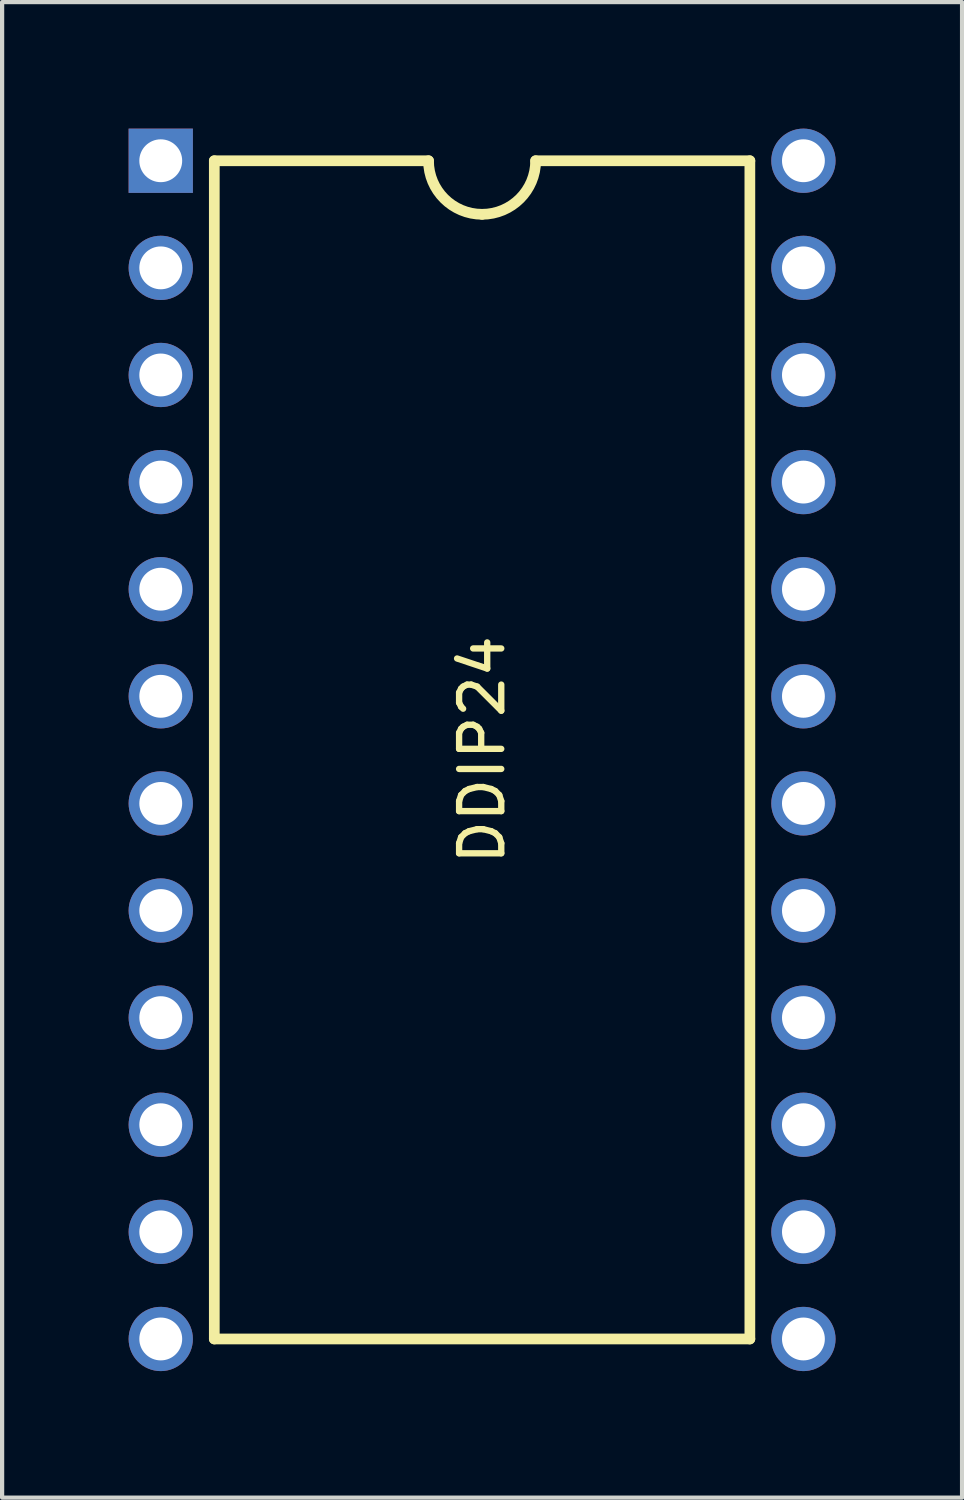
<source format=kicad_pcb>
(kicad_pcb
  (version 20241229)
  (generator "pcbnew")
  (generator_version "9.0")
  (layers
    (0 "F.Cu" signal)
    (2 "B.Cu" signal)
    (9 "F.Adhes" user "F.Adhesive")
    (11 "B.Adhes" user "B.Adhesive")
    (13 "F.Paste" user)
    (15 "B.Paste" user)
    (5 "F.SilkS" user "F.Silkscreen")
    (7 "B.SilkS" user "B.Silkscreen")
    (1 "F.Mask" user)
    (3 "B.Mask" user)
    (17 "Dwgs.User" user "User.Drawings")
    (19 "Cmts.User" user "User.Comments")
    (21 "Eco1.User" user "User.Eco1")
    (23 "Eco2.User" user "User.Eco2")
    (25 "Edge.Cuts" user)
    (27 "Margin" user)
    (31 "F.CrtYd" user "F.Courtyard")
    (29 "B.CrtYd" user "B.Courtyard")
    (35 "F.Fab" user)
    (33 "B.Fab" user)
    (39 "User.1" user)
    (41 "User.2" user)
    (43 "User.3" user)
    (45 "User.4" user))
  (footprint "DDIP24"
    (layer "F.Cu")
    (at 8.382 14.732)
    (property "Reference" "DDIP24" (at 0 0 90) (unlocked yes) (layer "F.SilkS") (effects (font (size 1 1) (thickness 0.15))))
    (attr through_hole)
    (fp_line (start -6.35 -13.97) (end -6.35 13.97) (stroke (width 0.254) (type solid)) (layer "F.SilkS"))
    (fp_line (start -6.35 -13.97) (end -1.27 -13.97) (stroke (width 0.254) (type solid)) (layer "F.SilkS"))
    (fp_line (start -6.35 13.97) (end 6.35 13.97) (stroke (width 0.254) (type solid)) (layer "F.SilkS"))
    (fp_line (start 6.35 -13.97) (end 1.27 -13.97) (stroke (width 0.254) (type solid)) (layer "F.SilkS"))
    (fp_line (start 6.35 13.97) (end 6.35 -13.97) (stroke (width 0.254) (type solid)) (layer "F.SilkS"))
    (fp_arc (start 0 -12.7) (mid -0.898026 -13.071974) (end -1.27 -13.97) (stroke (width 0.254) (type solid)) (layer "F.SilkS"))
    (fp_arc (start 1.27 -13.97) (mid 0.898026 -13.071974) (end 0 -12.7) (stroke (width 0.254) (type solid)) (layer "F.SilkS"))
    (pad "1" thru_hole rect (at -7.62 -13.97) (size 1.524 1.524) (drill 1.016) (layers "*.Cu" "*.Mask"))
    (pad "2" thru_hole circle (at -7.62 -11.43) (size 1.524 1.524) (drill 1.016) (layers "*.Cu" "*.Mask"))
    (pad "3" thru_hole circle (at -7.62 -8.89) (size 1.524 1.524) (drill 1.016) (layers "*.Cu" "*.Mask"))
    (pad "4" thru_hole circle (at -7.62 -6.35) (size 1.524 1.524) (drill 1.016) (layers "*.Cu" "*.Mask"))
    (pad "5" thru_hole circle (at -7.62 -3.81) (size 1.524 1.524) (drill 1.016) (layers "*.Cu" "*.Mask"))
    (pad "6" thru_hole circle (at -7.62 -1.27) (size 1.524 1.524) (drill 1.016) (layers "*.Cu" "*.Mask"))
    (pad "7" thru_hole circle (at -7.62 1.27) (size 1.524 1.524) (drill 1.016) (layers "*.Cu" "*.Mask"))
    (pad "8" thru_hole circle (at -7.62 3.81) (size 1.524 1.524) (drill 1.016) (layers "*.Cu" "*.Mask"))
    (pad "9" thru_hole circle (at -7.62 6.35) (size 1.524 1.524) (drill 1.016) (layers "*.Cu" "*.Mask"))
    (pad "10" thru_hole circle (at -7.62 8.89) (size 1.524 1.524) (drill 1.016) (layers "*.Cu" "*.Mask"))
    (pad "11" thru_hole circle (at -7.62 11.43) (size 1.524 1.524) (drill 1.016) (layers "*.Cu" "*.Mask"))
    (pad "12" thru_hole circle (at -7.62 13.97) (size 1.524 1.524) (drill 1.016) (layers "*.Cu" "*.Mask"))
    (pad "13" thru_hole circle (at 7.62 13.97) (size 1.524 1.524) (drill 1.016) (layers "*.Cu" "*.Mask"))
    (pad "14" thru_hole circle (at 7.62 11.43) (size 1.524 1.524) (drill 1.016) (layers "*.Cu" "*.Mask"))
    (pad "15" thru_hole circle (at 7.62 8.89) (size 1.524 1.524) (drill 1.016) (layers "*.Cu" "*.Mask"))
    (pad "16" thru_hole circle (at 7.62 6.35) (size 1.524 1.524) (drill 1.016) (layers "*.Cu" "*.Mask"))
    (pad "17" thru_hole circle (at 7.62 3.81) (size 1.524 1.524) (drill 1.016) (layers "*.Cu" "*.Mask"))
    (pad "18" thru_hole circle (at 7.62 1.27) (size 1.524 1.524) (drill 1.016) (layers "*.Cu" "*.Mask"))
    (pad "19" thru_hole circle (at 7.62 -1.27) (size 1.524 1.524) (drill 1.016) (layers "*.Cu" "*.Mask"))
    (pad "20" thru_hole circle (at 7.62 -3.81) (size 1.524 1.524) (drill 1.016) (layers "*.Cu" "*.Mask"))
    (pad "21" thru_hole circle (at 7.62 -6.35) (size 1.524 1.524) (drill 1.016) (layers "*.Cu" "*.Mask"))
    (pad "22" thru_hole circle (at 7.62 -8.89) (size 1.524 1.524) (drill 1.016) (layers "*.Cu" "*.Mask"))
    (pad "23" thru_hole circle (at 7.62 -11.43) (size 1.524 1.524) (drill 1.016) (layers "*.Cu" "*.Mask"))
    (pad "24" thru_hole circle (at 7.62 -13.97) (size 1.524 1.524) (drill 1.016) (layers "*.Cu" "*.Mask")))
  (gr_rect
    (start -3 -3)
    (end 19.764 32.464)
    (stroke (width 0.1) (type default))
    (fill no)
    (layer "Edge.Cuts")))
</source>
